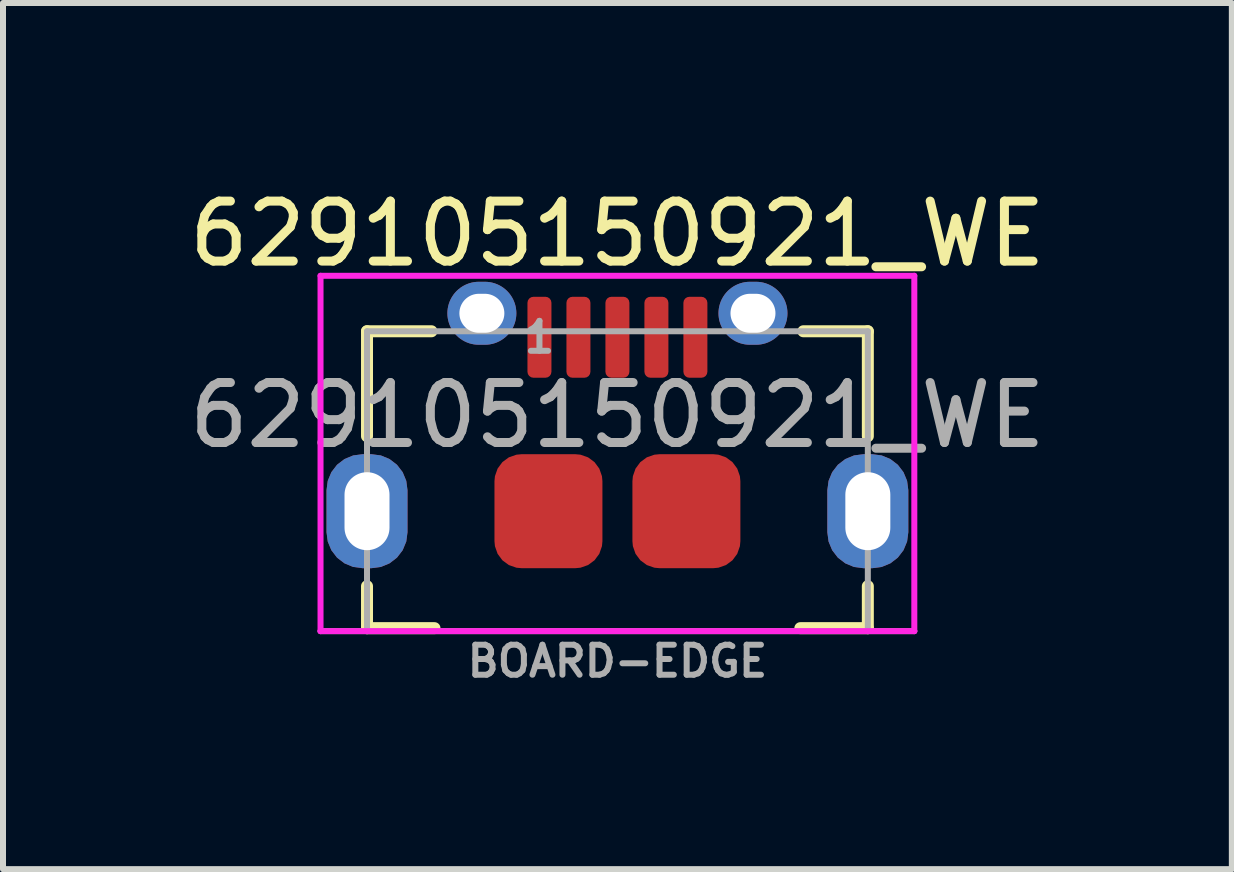
<source format=kicad_pcb>
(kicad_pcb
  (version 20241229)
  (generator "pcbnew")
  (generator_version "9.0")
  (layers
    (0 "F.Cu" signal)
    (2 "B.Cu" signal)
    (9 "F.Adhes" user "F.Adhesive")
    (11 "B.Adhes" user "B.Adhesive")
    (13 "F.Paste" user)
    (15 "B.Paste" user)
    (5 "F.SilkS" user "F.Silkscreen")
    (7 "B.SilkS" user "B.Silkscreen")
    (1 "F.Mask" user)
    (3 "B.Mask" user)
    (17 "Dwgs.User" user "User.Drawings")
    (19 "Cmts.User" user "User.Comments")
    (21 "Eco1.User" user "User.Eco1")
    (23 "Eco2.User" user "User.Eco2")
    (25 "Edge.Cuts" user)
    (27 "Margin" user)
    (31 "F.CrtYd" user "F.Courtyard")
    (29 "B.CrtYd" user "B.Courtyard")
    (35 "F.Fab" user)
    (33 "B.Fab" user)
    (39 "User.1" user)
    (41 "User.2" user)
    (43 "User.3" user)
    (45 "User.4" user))
  (footprint "629105150921_WE"
    (layer "F.Cu")
    (at 7.244 3.873)
    (property "Reference" "629105150921_WE" (at 0 0 0) (layer "F.Fab") (effects (font (size 1 1) (thickness 0.15))))
    (attr through_hole)
    (fp_line (start -4.175 -1.4) (end -4.175 0.35) (stroke (width 0.2) (type solid)) (layer "F.SilkS"))
    (fp_line (start -4.175 -1.4) (end -3.1 -1.4) (stroke (width 0.2) (type solid)) (layer "F.SilkS"))
    (fp_line (start -4.175 2.85) (end -4.175 3.55) (stroke (width 0.2) (type solid)) (layer "F.SilkS"))
    (fp_line (start -4.175 3.55) (end -3.05 3.55) (stroke (width 0.2) (type solid)) (layer "F.SilkS"))
    (fp_line (start 3.1 -1.4) (end 4.175 -1.4) (stroke (width 0.2) (type solid)) (layer "F.SilkS"))
    (fp_line (start 4.175 -1.4) (end 4.175 0.35) (stroke (width 0.2) (type solid)) (layer "F.SilkS"))
    (fp_line (start 4.175 2.85) (end 4.175 3.55) (stroke (width 0.2) (type solid)) (layer "F.SilkS"))
    (fp_line (start 4.175 3.55) (end 3.05 3.55) (stroke (width 0.2) (type solid)) (layer "F.SilkS"))
    (fp_line (start -4.95 -2.325) (end 4.95 -2.325) (stroke (width 0.1) (type solid)) (layer "F.CrtYd"))
    (fp_line (start -4.95 3.6) (end -4.95 -2.325) (stroke (width 0.1) (type solid)) (layer "F.CrtYd"))
    (fp_line (start 4.95 -2.325) (end 4.95 3.6) (stroke (width 0.1) (type solid)) (layer "F.CrtYd"))
    (fp_line (start 4.95 3.6) (end -4.95 3.6) (stroke (width 0.1) (type solid)) (layer "F.CrtYd"))
    (fp_line (start -4.95 3.6) (end 4.95 3.6) (stroke (width 0.1) (type solid)) (layer "F.Fab"))
    (fp_line (start -4.175 -1.4) (end -4.175 3.6) (stroke (width 0.1) (type solid)) (layer "F.Fab"))
    (fp_line (start -4.175 -1.4) (end 4.175 -1.4) (stroke (width 0.1) (type solid)) (layer "F.Fab"))
    (fp_line (start 4.175 -1.4) (end 4.175 3.6) (stroke (width 0.1) (type solid)) (layer "F.Fab"))
    (fp_text user "${REFERENCE}" (at 0 -3.025 0) (layer "F.SilkS") (effects (font (size 1 1) (thickness 0.15))))
    (fp_text user "BOARD-EDGE" (at 0 4.1 0) (layer "F.Fab") (effects (font (size 0.5 0.5) (thickness 0.1))))
    (fp_text user "1" (at -1.3 -1.3 0) (layer "F.Fab") (effects (font (size 0.5 0.5) (thickness 0.1))))
    (pad "1" smd roundrect (at -1.3 -1.3) (size 0.4 1.35) (layers "F.Cu" "F.Mask" "F.Paste") (roundrect_rratio 0.25))
    (pad "2" smd roundrect (at -0.65 -1.3) (size 0.4 1.35) (layers "F.Cu" "F.Mask" "F.Paste") (roundrect_rratio 0.25))
    (pad "3" smd roundrect (at 0 -1.3) (size 0.4 1.35) (layers "F.Cu" "F.Mask" "F.Paste") (roundrect_rratio 0.25))
    (pad "4" smd roundrect (at 0.65 -1.3) (size 0.4 1.35) (layers "F.Cu" "F.Mask" "F.Paste") (roundrect_rratio 0.25))
    (pad "5" smd roundrect (at 1.3 -1.3) (size 0.4 1.35) (layers "F.Cu" "F.Mask" "F.Paste") (roundrect_rratio 0.25))
    (pad "M1" thru_hole oval (at -2.26 -1.7) (size 1.15 1.05) (drill oval 0.75 0.65) (layers "*.Cu" "*.Mask"))
    (pad "M2" thru_hole oval (at 2.26 -1.7) (size 1.15 1.05) (drill oval 0.75 0.65) (layers "*.Cu" "*.Mask"))
    (pad "M3" thru_hole roundrect (at -4.175 1.6) (size 1.35 1.9) (drill oval 0.75 1.3) (layers "*.Cu" "*.Mask") (roundrect_rratio 0.444))
    (pad "M4" smd roundrect (at -1.15 1.6) (size 1.8 1.9) (layers "F.Cu" "F.Mask" "F.Paste") (roundrect_rratio 0.25))
    (pad "M5" smd roundrect (at 1.15 1.6) (size 1.8 1.9) (layers "F.Cu" "F.Mask" "F.Paste") (roundrect_rratio 0.25))
    (pad "M6" thru_hole roundrect (at 4.175 1.6) (size 1.35 1.9) (drill oval 0.75 1.3) (layers "*.Cu" "*.Mask") (roundrect_rratio 0.444)))
  (gr_rect
    (start -3 -3)
    (end 17.488 11.441)
    (stroke (width 0.1) (type default))
    (fill no)
    (layer "Edge.Cuts")))
</source>
